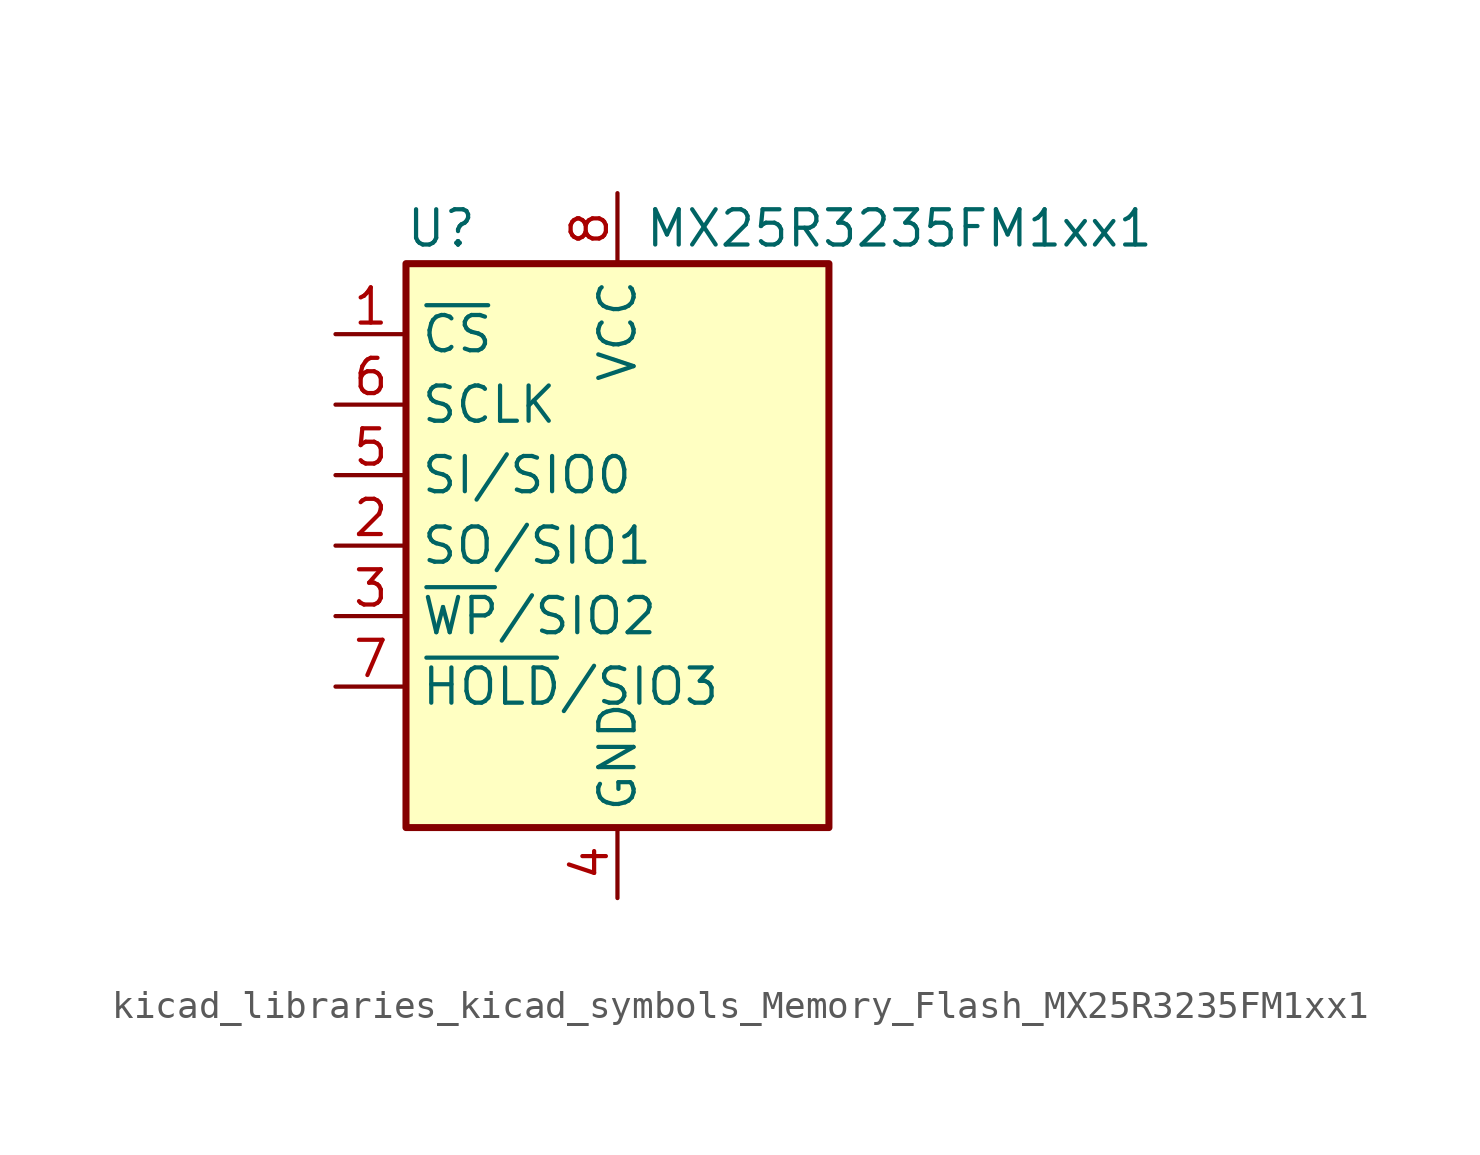
<source format=kicad_sym>
(kicad_symbol_lib
  (version 20220914)
  (generator kicad_symbol_editor)
  (symbol "kicad_libraries_kicad_symbols_Memory_Flash_MX25R3235FM1xx1"
    (property "Reference" "U"
      (at -6.35 11.43 0)
      (effects (font (size 1.27 1.27))))
    (property "Value" "MX25R3235FM1xx1"
      (at 10.16 11.43 0)
      (effects (font (size 1.27 1.27))))
    (symbol "kicad_libraries_kicad_symbols_Memory_Flash_MX25R3235FM1xx1_0_1"
      (rectangle (start -7.62 10.16) (end 7.62 -10.16) (stroke (width 0.254) (type default)) (fill (type background))))
    (symbol "kicad_libraries_kicad_symbols_Memory_Flash_MX25R3235FM1xx1_1_1"
      (pin input line (at -10.16 7.62 0) (length 2.54) (name "~{CS}" (effects (font (size 1.27 1.27)))) (number "1" (effects (font (size 1.27 1.27)))))
      (pin bidirectional line (at -10.16 0 0) (length 2.54) (name "SO/SIO1" (effects (font (size 1.27 1.27)))) (number "2" (effects (font (size 1.27 1.27)))))
      (pin bidirectional line (at -10.16 -2.54 0) (length 2.54) (name "~{WP}/SIO2" (effects (font (size 1.27 1.27)))) (number "3" (effects (font (size 1.27 1.27)))))
      (pin power_in line (at 0 -12.7 90) (length 2.54) (name "GND" (effects (font (size 1.27 1.27)))) (number "4" (effects (font (size 1.27 1.27)))))
      (pin bidirectional line (at -10.16 2.54 0) (length 2.54) (name "SI/SIO0" (effects (font (size 1.27 1.27)))) (number "5" (effects (font (size 1.27 1.27)))))
      (pin input line (at -10.16 5.08 0) (length 2.54) (name "SCLK" (effects (font (size 1.27 1.27)))) (number "6" (effects (font (size 1.27 1.27)))))
      (pin bidirectional line (at -10.16 -5.08 0) (length 2.54) (name "~{HOLD}/SIO3" (effects (font (size 1.27 1.27)))) (number "7" (effects (font (size 1.27 1.27)))))
      (pin power_in line (at 0 12.7 270) (length 2.54) (name "VCC" (effects (font (size 1.27 1.27)))) (number "8" (effects (font (size 1.27 1.27))))))))
</source>
